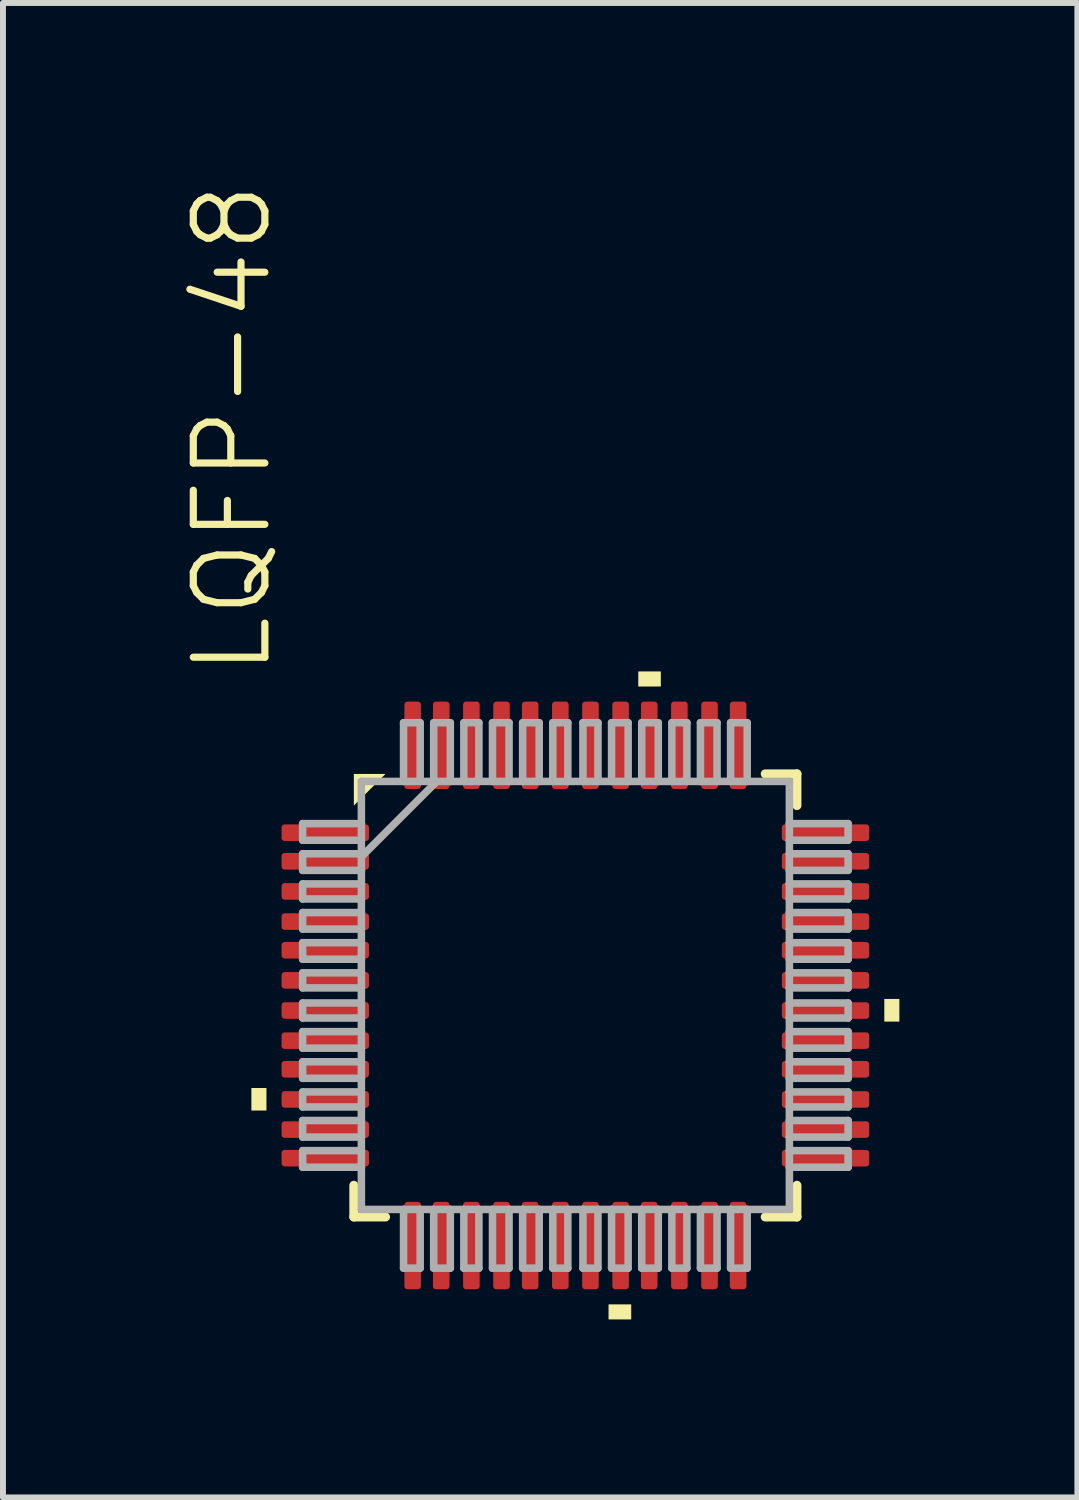
<source format=kicad_pcb>
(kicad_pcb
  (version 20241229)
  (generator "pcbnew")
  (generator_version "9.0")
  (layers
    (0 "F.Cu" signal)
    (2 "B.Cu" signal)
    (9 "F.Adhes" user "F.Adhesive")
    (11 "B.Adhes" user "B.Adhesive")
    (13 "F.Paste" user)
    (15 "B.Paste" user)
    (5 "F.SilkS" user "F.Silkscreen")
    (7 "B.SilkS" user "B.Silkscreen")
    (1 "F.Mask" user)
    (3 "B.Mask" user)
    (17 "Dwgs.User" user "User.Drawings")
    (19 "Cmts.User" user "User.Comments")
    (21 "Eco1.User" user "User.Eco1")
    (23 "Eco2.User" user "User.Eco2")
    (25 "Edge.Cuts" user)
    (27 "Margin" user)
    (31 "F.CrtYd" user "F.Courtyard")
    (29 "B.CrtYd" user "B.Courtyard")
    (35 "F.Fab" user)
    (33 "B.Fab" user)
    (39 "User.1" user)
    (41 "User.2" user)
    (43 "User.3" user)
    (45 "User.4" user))
  (footprint "LQFP-48"
    (layer "F.Cu")
    (at 6.648 13.728)
    (property "Reference" "LQFP-48" (at -5.08 -5.334 90) (layer "F.SilkS") (effects (font (size 1.206 1.206) (thickness 0.121)) (justify left bottom)))
    (attr through_hole)
    (fp_line (start -3.734 3.2) (end -3.734 3.734) (stroke (width 0.152) (type solid)) (layer "F.SilkS"))
    (fp_line (start -3.734 3.734) (end -3.2 3.734) (stroke (width 0.152) (type solid)) (layer "F.SilkS"))
    (fp_line (start 3.2 3.734) (end 3.734 3.734) (stroke (width 0.152) (type solid)) (layer "F.SilkS"))
    (fp_line (start 3.734 -3.734) (end 3.2 -3.734) (stroke (width 0.152) (type solid)) (layer "F.SilkS"))
    (fp_line (start 3.734 -3.2) (end 3.734 -3.734) (stroke (width 0.152) (type solid)) (layer "F.SilkS"))
    (fp_line (start 3.734 3.734) (end 3.734 3.2) (stroke (width 0.152) (type solid)) (layer "F.SilkS"))
    (fp_poly (pts (xy -3.2 -3.734) (xy -3.734 -3.2) (xy -3.734 -3.734)) (stroke (width 0) (type solid)) (fill yes) (layer "F.SilkS"))
    (fp_poly (pts (xy -5.461 1.56) (xy -5.461 1.94) (xy -5.207 1.94) (xy -5.207 1.56)) (stroke (width 0) (type solid)) (fill yes) (layer "F.SilkS"))
    (fp_poly (pts (xy 0.559 5.207) (xy 0.559 5.461) (xy 0.941 5.461) (xy 0.941 5.207)) (stroke (width 0) (type solid)) (fill yes) (layer "F.SilkS"))
    (fp_poly (pts (xy 1.06 -5.207) (xy 1.06 -5.461) (xy 1.44 -5.461) (xy 1.44 -5.207)) (stroke (width 0) (type solid)) (fill yes) (layer "F.SilkS"))
    (fp_poly (pts (xy 5.461 0.059) (xy 5.461 0.441) (xy 5.207 0.441) (xy 5.207 0.059)) (stroke (width 0) (type solid)) (fill yes) (layer "F.SilkS"))
    (fp_line (start -4.597 -2.896) (end -4.597 -2.616) (stroke (width 0.127) (type solid)) (layer "F.Fab"))
    (fp_line (start -4.597 -2.616) (end -3.607 -2.616) (stroke (width 0.127) (type solid)) (layer "F.Fab"))
    (fp_line (start -4.597 -2.388) (end -4.597 -2.108) (stroke (width 0.127) (type solid)) (layer "F.Fab"))
    (fp_line (start -4.597 -2.108) (end -3.607 -2.108) (stroke (width 0.127) (type solid)) (layer "F.Fab"))
    (fp_line (start -4.597 -1.88) (end -4.597 -1.626) (stroke (width 0.127) (type solid)) (layer "F.Fab"))
    (fp_line (start -4.597 -1.626) (end -3.607 -1.626) (stroke (width 0.127) (type solid)) (layer "F.Fab"))
    (fp_line (start -4.597 -1.397) (end -4.597 -1.118) (stroke (width 0.127) (type solid)) (layer "F.Fab"))
    (fp_line (start -4.597 -1.118) (end -3.607 -1.118) (stroke (width 0.127) (type solid)) (layer "F.Fab"))
    (fp_line (start -4.597 -0.889) (end -4.597 -0.61) (stroke (width 0.127) (type solid)) (layer "F.Fab"))
    (fp_line (start -4.597 -0.61) (end -3.607 -0.61) (stroke (width 0.127) (type solid)) (layer "F.Fab"))
    (fp_line (start -4.597 -0.381) (end -4.597 -0.127) (stroke (width 0.127) (type solid)) (layer "F.Fab"))
    (fp_line (start -4.597 -0.127) (end -3.607 -0.127) (stroke (width 0.127) (type solid)) (layer "F.Fab"))
    (fp_line (start -4.597 0.127) (end -4.597 0.381) (stroke (width 0.127) (type solid)) (layer "F.Fab"))
    (fp_line (start -4.597 0.381) (end -3.607 0.381) (stroke (width 0.127) (type solid)) (layer "F.Fab"))
    (fp_line (start -4.597 0.61) (end -4.597 0.889) (stroke (width 0.127) (type solid)) (layer "F.Fab"))
    (fp_line (start -4.597 0.889) (end -3.607 0.889) (stroke (width 0.127) (type solid)) (layer "F.Fab"))
    (fp_line (start -4.597 1.118) (end -4.597 1.397) (stroke (width 0.127) (type solid)) (layer "F.Fab"))
    (fp_line (start -4.597 1.397) (end -3.607 1.397) (stroke (width 0.127) (type solid)) (layer "F.Fab"))
    (fp_line (start -4.597 1.626) (end -4.597 1.88) (stroke (width 0.127) (type solid)) (layer "F.Fab"))
    (fp_line (start -4.597 1.88) (end -3.607 1.88) (stroke (width 0.127) (type solid)) (layer "F.Fab"))
    (fp_line (start -4.597 2.108) (end -4.597 2.388) (stroke (width 0.127) (type solid)) (layer "F.Fab"))
    (fp_line (start -4.597 2.388) (end -3.607 2.388) (stroke (width 0.127) (type solid)) (layer "F.Fab"))
    (fp_line (start -4.597 2.616) (end -4.597 2.896) (stroke (width 0.127) (type solid)) (layer "F.Fab"))
    (fp_line (start -4.597 2.896) (end -3.607 2.896) (stroke (width 0.127) (type solid)) (layer "F.Fab"))
    (fp_line (start -3.607 -3.607) (end -3.607 -2.896) (stroke (width 0.127) (type solid)) (layer "F.Fab"))
    (fp_line (start -3.607 -2.896) (end -4.597 -2.896) (stroke (width 0.127) (type solid)) (layer "F.Fab"))
    (fp_line (start -3.607 -2.616) (end -3.607 -2.896) (stroke (width 0.127) (type solid)) (layer "F.Fab"))
    (fp_line (start -3.607 -2.616) (end -3.607 -2.388) (stroke (width 0.127) (type solid)) (layer "F.Fab"))
    (fp_line (start -3.607 -2.388) (end -4.597 -2.388) (stroke (width 0.127) (type solid)) (layer "F.Fab"))
    (fp_line (start -3.607 -2.337) (end -3.607 -2.388) (stroke (width 0.127) (type solid)) (layer "F.Fab"))
    (fp_line (start -3.607 -2.337) (end -2.337 -3.607) (stroke (width 0.127) (type solid)) (layer "F.Fab"))
    (fp_line (start -3.607 -2.108) (end -3.607 -2.337) (stroke (width 0.127) (type solid)) (layer "F.Fab"))
    (fp_line (start -3.607 -2.108) (end -3.607 -1.88) (stroke (width 0.127) (type solid)) (layer "F.Fab"))
    (fp_line (start -3.607 -1.88) (end -4.597 -1.88) (stroke (width 0.127) (type solid)) (layer "F.Fab"))
    (fp_line (start -3.607 -1.626) (end -3.607 -1.88) (stroke (width 0.127) (type solid)) (layer "F.Fab"))
    (fp_line (start -3.607 -1.626) (end -3.607 -1.397) (stroke (width 0.127) (type solid)) (layer "F.Fab"))
    (fp_line (start -3.607 -1.397) (end -4.597 -1.397) (stroke (width 0.127) (type solid)) (layer "F.Fab"))
    (fp_line (start -3.607 -1.118) (end -3.607 -1.397) (stroke (width 0.127) (type solid)) (layer "F.Fab"))
    (fp_line (start -3.607 -1.118) (end -3.607 -0.889) (stroke (width 0.127) (type solid)) (layer "F.Fab"))
    (fp_line (start -3.607 -0.889) (end -4.597 -0.889) (stroke (width 0.127) (type solid)) (layer "F.Fab"))
    (fp_line (start -3.607 -0.61) (end -3.607 -0.889) (stroke (width 0.127) (type solid)) (layer "F.Fab"))
    (fp_line (start -3.607 -0.61) (end -3.607 -0.381) (stroke (width 0.127) (type solid)) (layer "F.Fab"))
    (fp_line (start -3.607 -0.381) (end -4.597 -0.381) (stroke (width 0.127) (type solid)) (layer "F.Fab"))
    (fp_line (start -3.607 -0.381) (end -3.607 -0.127) (stroke (width 0.127) (type solid)) (layer "F.Fab"))
    (fp_line (start -3.607 -0.127) (end -3.607 0.127) (stroke (width 0.127) (type solid)) (layer "F.Fab"))
    (fp_line (start -3.607 0.127) (end -4.597 0.127) (stroke (width 0.127) (type solid)) (layer "F.Fab"))
    (fp_line (start -3.607 0.381) (end -3.607 0.127) (stroke (width 0.127) (type solid)) (layer "F.Fab"))
    (fp_line (start -3.607 0.381) (end -3.607 0.61) (stroke (width 0.127) (type solid)) (layer "F.Fab"))
    (fp_line (start -3.607 0.61) (end -4.597 0.61) (stroke (width 0.127) (type solid)) (layer "F.Fab"))
    (fp_line (start -3.607 0.889) (end -3.607 0.61) (stroke (width 0.127) (type solid)) (layer "F.Fab"))
    (fp_line (start -3.607 0.889) (end -3.607 1.118) (stroke (width 0.127) (type solid)) (layer "F.Fab"))
    (fp_line (start -3.607 1.118) (end -4.597 1.118) (stroke (width 0.127) (type solid)) (layer "F.Fab"))
    (fp_line (start -3.607 1.397) (end -3.607 1.118) (stroke (width 0.127) (type solid)) (layer "F.Fab"))
    (fp_line (start -3.607 1.397) (end -3.607 1.626) (stroke (width 0.127) (type solid)) (layer "F.Fab"))
    (fp_line (start -3.607 1.626) (end -4.597 1.626) (stroke (width 0.127) (type solid)) (layer "F.Fab"))
    (fp_line (start -3.607 1.88) (end -3.607 1.626) (stroke (width 0.127) (type solid)) (layer "F.Fab"))
    (fp_line (start -3.607 1.88) (end -3.607 2.108) (stroke (width 0.127) (type solid)) (layer "F.Fab"))
    (fp_line (start -3.607 2.108) (end -4.597 2.108) (stroke (width 0.127) (type solid)) (layer "F.Fab"))
    (fp_line (start -3.607 2.388) (end -3.607 2.108) (stroke (width 0.127) (type solid)) (layer "F.Fab"))
    (fp_line (start -3.607 2.388) (end -3.607 2.616) (stroke (width 0.127) (type solid)) (layer "F.Fab"))
    (fp_line (start -3.607 2.616) (end -4.597 2.616) (stroke (width 0.127) (type solid)) (layer "F.Fab"))
    (fp_line (start -3.607 2.896) (end -3.607 2.616) (stroke (width 0.127) (type solid)) (layer "F.Fab"))
    (fp_line (start -3.607 2.896) (end -3.607 3.607) (stroke (width 0.127) (type solid)) (layer "F.Fab"))
    (fp_line (start -3.607 3.607) (end -2.896 3.607) (stroke (width 0.127) (type solid)) (layer "F.Fab"))
    (fp_line (start -2.896 -4.597) (end -2.896 -3.607) (stroke (width 0.127) (type solid)) (layer "F.Fab"))
    (fp_line (start -2.896 -3.607) (end -3.607 -3.607) (stroke (width 0.127) (type solid)) (layer "F.Fab"))
    (fp_line (start -2.896 -3.607) (end -2.616 -3.607) (stroke (width 0.127) (type solid)) (layer "F.Fab"))
    (fp_line (start -2.896 3.607) (end -2.896 4.597) (stroke (width 0.127) (type solid)) (layer "F.Fab"))
    (fp_line (start -2.896 4.597) (end -2.616 4.597) (stroke (width 0.127) (type solid)) (layer "F.Fab"))
    (fp_line (start -2.616 -4.597) (end -2.896 -4.597) (stroke (width 0.127) (type solid)) (layer "F.Fab"))
    (fp_line (start -2.616 -3.607) (end -2.616 -4.597) (stroke (width 0.127) (type solid)) (layer "F.Fab"))
    (fp_line (start -2.616 3.607) (end -2.896 3.607) (stroke (width 0.127) (type solid)) (layer "F.Fab"))
    (fp_line (start -2.616 3.607) (end -2.388 3.607) (stroke (width 0.127) (type solid)) (layer "F.Fab"))
    (fp_line (start -2.616 4.597) (end -2.616 3.607) (stroke (width 0.127) (type solid)) (layer "F.Fab"))
    (fp_line (start -2.388 -4.597) (end -2.388 -3.607) (stroke (width 0.127) (type solid)) (layer "F.Fab"))
    (fp_line (start -2.388 -3.607) (end -2.616 -3.607) (stroke (width 0.127) (type solid)) (layer "F.Fab"))
    (fp_line (start -2.388 -3.607) (end -2.337 -3.607) (stroke (width 0.127) (type solid)) (layer "F.Fab"))
    (fp_line (start -2.388 3.607) (end -2.388 4.597) (stroke (width 0.127) (type solid)) (layer "F.Fab"))
    (fp_line (start -2.388 4.597) (end -2.108 4.597) (stroke (width 0.127) (type solid)) (layer "F.Fab"))
    (fp_line (start -2.337 -3.607) (end -2.108 -3.607) (stroke (width 0.127) (type solid)) (layer "F.Fab"))
    (fp_line (start -2.108 -4.597) (end -2.388 -4.597) (stroke (width 0.127) (type solid)) (layer "F.Fab"))
    (fp_line (start -2.108 -3.607) (end -2.108 -4.597) (stroke (width 0.127) (type solid)) (layer "F.Fab"))
    (fp_line (start -2.108 3.607) (end -2.388 3.607) (stroke (width 0.127) (type solid)) (layer "F.Fab"))
    (fp_line (start -2.108 3.607) (end -1.88 3.607) (stroke (width 0.127) (type solid)) (layer "F.Fab"))
    (fp_line (start -2.108 4.597) (end -2.108 3.607) (stroke (width 0.127) (type solid)) (layer "F.Fab"))
    (fp_line (start -1.88 -4.597) (end -1.88 -3.607) (stroke (width 0.127) (type solid)) (layer "F.Fab"))
    (fp_line (start -1.88 -3.607) (end -2.108 -3.607) (stroke (width 0.127) (type solid)) (layer "F.Fab"))
    (fp_line (start -1.88 -3.607) (end -1.626 -3.607) (stroke (width 0.127) (type solid)) (layer "F.Fab"))
    (fp_line (start -1.88 3.607) (end -1.88 4.597) (stroke (width 0.127) (type solid)) (layer "F.Fab"))
    (fp_line (start -1.88 4.597) (end -1.626 4.597) (stroke (width 0.127) (type solid)) (layer "F.Fab"))
    (fp_line (start -1.626 -4.597) (end -1.88 -4.597) (stroke (width 0.127) (type solid)) (layer "F.Fab"))
    (fp_line (start -1.626 -3.607) (end -1.626 -4.597) (stroke (width 0.127) (type solid)) (layer "F.Fab"))
    (fp_line (start -1.626 3.607) (end -1.88 3.607) (stroke (width 0.127) (type solid)) (layer "F.Fab"))
    (fp_line (start -1.626 3.607) (end -1.397 3.607) (stroke (width 0.127) (type solid)) (layer "F.Fab"))
    (fp_line (start -1.626 4.597) (end -1.626 3.607) (stroke (width 0.127) (type solid)) (layer "F.Fab"))
    (fp_line (start -1.397 -4.597) (end -1.397 -3.607) (stroke (width 0.127) (type solid)) (layer "F.Fab"))
    (fp_line (start -1.397 -3.607) (end -1.626 -3.607) (stroke (width 0.127) (type solid)) (layer "F.Fab"))
    (fp_line (start -1.397 -3.607) (end -1.118 -3.607) (stroke (width 0.127) (type solid)) (layer "F.Fab"))
    (fp_line (start -1.397 3.607) (end -1.397 4.597) (stroke (width 0.127) (type solid)) (layer "F.Fab"))
    (fp_line (start -1.397 4.597) (end -1.118 4.597) (stroke (width 0.127) (type solid)) (layer "F.Fab"))
    (fp_line (start -1.118 -4.597) (end -1.397 -4.597) (stroke (width 0.127) (type solid)) (layer "F.Fab"))
    (fp_line (start -1.118 -3.607) (end -1.118 -4.597) (stroke (width 0.127) (type solid)) (layer "F.Fab"))
    (fp_line (start -1.118 3.607) (end -1.397 3.607) (stroke (width 0.127) (type solid)) (layer "F.Fab"))
    (fp_line (start -1.118 3.607) (end -0.889 3.607) (stroke (width 0.127) (type solid)) (layer "F.Fab"))
    (fp_line (start -1.118 4.597) (end -1.118 3.607) (stroke (width 0.127) (type solid)) (layer "F.Fab"))
    (fp_line (start -0.889 -4.597) (end -0.889 -3.607) (stroke (width 0.127) (type solid)) (layer "F.Fab"))
    (fp_line (start -0.889 -3.607) (end -1.118 -3.607) (stroke (width 0.127) (type solid)) (layer "F.Fab"))
    (fp_line (start -0.889 -3.607) (end -0.61 -3.607) (stroke (width 0.127) (type solid)) (layer "F.Fab"))
    (fp_line (start -0.889 3.607) (end -0.889 4.597) (stroke (width 0.127) (type solid)) (layer "F.Fab"))
    (fp_line (start -0.889 4.597) (end -0.61 4.597) (stroke (width 0.127) (type solid)) (layer "F.Fab"))
    (fp_line (start -0.61 -4.597) (end -0.889 -4.597) (stroke (width 0.127) (type solid)) (layer "F.Fab"))
    (fp_line (start -0.61 -3.607) (end -0.61 -4.597) (stroke (width 0.127) (type solid)) (layer "F.Fab"))
    (fp_line (start -0.61 3.607) (end -0.889 3.607) (stroke (width 0.127) (type solid)) (layer "F.Fab"))
    (fp_line (start -0.61 3.607) (end -0.381 3.607) (stroke (width 0.127) (type solid)) (layer "F.Fab"))
    (fp_line (start -0.61 4.597) (end -0.61 3.607) (stroke (width 0.127) (type solid)) (layer "F.Fab"))
    (fp_line (start -0.381 -4.597) (end -0.381 -3.607) (stroke (width 0.127) (type solid)) (layer "F.Fab"))
    (fp_line (start -0.381 -3.607) (end -0.61 -3.607) (stroke (width 0.127) (type solid)) (layer "F.Fab"))
    (fp_line (start -0.381 -3.607) (end -0.127 -3.607) (stroke (width 0.127) (type solid)) (layer "F.Fab"))
    (fp_line (start -0.381 3.607) (end -0.381 4.597) (stroke (width 0.127) (type solid)) (layer "F.Fab"))
    (fp_line (start -0.381 4.597) (end -0.127 4.597) (stroke (width 0.127) (type solid)) (layer "F.Fab"))
    (fp_line (start -0.127 -4.597) (end -0.381 -4.597) (stroke (width 0.127) (type solid)) (layer "F.Fab"))
    (fp_line (start -0.127 -3.607) (end -0.127 -4.597) (stroke (width 0.127) (type solid)) (layer "F.Fab"))
    (fp_line (start -0.127 3.607) (end -0.381 3.607) (stroke (width 0.127) (type solid)) (layer "F.Fab"))
    (fp_line (start -0.127 3.607) (end 0.127 3.607) (stroke (width 0.127) (type solid)) (layer "F.Fab"))
    (fp_line (start -0.127 4.597) (end -0.127 3.607) (stroke (width 0.127) (type solid)) (layer "F.Fab"))
    (fp_line (start 0.127 -4.597) (end 0.127 -3.607) (stroke (width 0.127) (type solid)) (layer "F.Fab"))
    (fp_line (start 0.127 -3.607) (end -0.127 -3.607) (stroke (width 0.127) (type solid)) (layer "F.Fab"))
    (fp_line (start 0.127 -3.607) (end 0.381 -3.607) (stroke (width 0.127) (type solid)) (layer "F.Fab"))
    (fp_line (start 0.127 3.607) (end 0.127 4.597) (stroke (width 0.127) (type solid)) (layer "F.Fab"))
    (fp_line (start 0.127 4.597) (end 0.381 4.597) (stroke (width 0.127) (type solid)) (layer "F.Fab"))
    (fp_line (start 0.381 -4.597) (end 0.127 -4.597) (stroke (width 0.127) (type solid)) (layer "F.Fab"))
    (fp_line (start 0.381 -3.607) (end 0.381 -4.597) (stroke (width 0.127) (type solid)) (layer "F.Fab"))
    (fp_line (start 0.381 3.607) (end 0.127 3.607) (stroke (width 0.127) (type solid)) (layer "F.Fab"))
    (fp_line (start 0.381 3.607) (end 0.61 3.607) (stroke (width 0.127) (type solid)) (layer "F.Fab"))
    (fp_line (start 0.381 4.597) (end 0.381 3.607) (stroke (width 0.127) (type solid)) (layer "F.Fab"))
    (fp_line (start 0.61 -4.597) (end 0.61 -3.607) (stroke (width 0.127) (type solid)) (layer "F.Fab"))
    (fp_line (start 0.61 -3.607) (end 0.381 -3.607) (stroke (width 0.127) (type solid)) (layer "F.Fab"))
    (fp_line (start 0.61 -3.607) (end 0.889 -3.607) (stroke (width 0.127) (type solid)) (layer "F.Fab"))
    (fp_line (start 0.61 3.607) (end 0.61 4.597) (stroke (width 0.127) (type solid)) (layer "F.Fab"))
    (fp_line (start 0.61 4.597) (end 0.889 4.597) (stroke (width 0.127) (type solid)) (layer "F.Fab"))
    (fp_line (start 0.889 -4.597) (end 0.61 -4.597) (stroke (width 0.127) (type solid)) (layer "F.Fab"))
    (fp_line (start 0.889 -3.607) (end 0.889 -4.597) (stroke (width 0.127) (type solid)) (layer "F.Fab"))
    (fp_line (start 0.889 3.607) (end 0.61 3.607) (stroke (width 0.127) (type solid)) (layer "F.Fab"))
    (fp_line (start 0.889 3.607) (end 1.118 3.607) (stroke (width 0.127) (type solid)) (layer "F.Fab"))
    (fp_line (start 0.889 4.597) (end 0.889 3.607) (stroke (width 0.127) (type solid)) (layer "F.Fab"))
    (fp_line (start 1.118 -4.597) (end 1.118 -3.607) (stroke (width 0.127) (type solid)) (layer "F.Fab"))
    (fp_line (start 1.118 -3.607) (end 0.889 -3.607) (stroke (width 0.127) (type solid)) (layer "F.Fab"))
    (fp_line (start 1.118 -3.607) (end 1.397 -3.607) (stroke (width 0.127) (type solid)) (layer "F.Fab"))
    (fp_line (start 1.118 3.607) (end 1.118 4.597) (stroke (width 0.127) (type solid)) (layer "F.Fab"))
    (fp_line (start 1.118 4.597) (end 1.397 4.597) (stroke (width 0.127) (type solid)) (layer "F.Fab"))
    (fp_line (start 1.397 -4.597) (end 1.118 -4.597) (stroke (width 0.127) (type solid)) (layer "F.Fab"))
    (fp_line (start 1.397 -3.607) (end 1.397 -4.597) (stroke (width 0.127) (type solid)) (layer "F.Fab"))
    (fp_line (start 1.397 3.607) (end 1.118 3.607) (stroke (width 0.127) (type solid)) (layer "F.Fab"))
    (fp_line (start 1.397 3.607) (end 1.626 3.607) (stroke (width 0.127) (type solid)) (layer "F.Fab"))
    (fp_line (start 1.397 4.597) (end 1.397 3.607) (stroke (width 0.127) (type solid)) (layer "F.Fab"))
    (fp_line (start 1.626 -4.597) (end 1.626 -3.607) (stroke (width 0.127) (type solid)) (layer "F.Fab"))
    (fp_line (start 1.626 -3.607) (end 1.397 -3.607) (stroke (width 0.127) (type solid)) (layer "F.Fab"))
    (fp_line (start 1.626 -3.607) (end 1.88 -3.607) (stroke (width 0.127) (type solid)) (layer "F.Fab"))
    (fp_line (start 1.626 3.607) (end 1.626 4.597) (stroke (width 0.127) (type solid)) (layer "F.Fab"))
    (fp_line (start 1.626 4.597) (end 1.88 4.597) (stroke (width 0.127) (type solid)) (layer "F.Fab"))
    (fp_line (start 1.88 -4.597) (end 1.626 -4.597) (stroke (width 0.127) (type solid)) (layer "F.Fab"))
    (fp_line (start 1.88 -3.607) (end 1.88 -4.597) (stroke (width 0.127) (type solid)) (layer "F.Fab"))
    (fp_line (start 1.88 3.607) (end 1.626 3.607) (stroke (width 0.127) (type solid)) (layer "F.Fab"))
    (fp_line (start 1.88 3.607) (end 2.108 3.607) (stroke (width 0.127) (type solid)) (layer "F.Fab"))
    (fp_line (start 1.88 4.597) (end 1.88 3.607) (stroke (width 0.127) (type solid)) (layer "F.Fab"))
    (fp_line (start 2.108 -4.597) (end 2.108 -3.607) (stroke (width 0.127) (type solid)) (layer "F.Fab"))
    (fp_line (start 2.108 -3.607) (end 1.88 -3.607) (stroke (width 0.127) (type solid)) (layer "F.Fab"))
    (fp_line (start 2.108 -3.607) (end 2.388 -3.607) (stroke (width 0.127) (type solid)) (layer "F.Fab"))
    (fp_line (start 2.108 3.607) (end 2.108 4.597) (stroke (width 0.127) (type solid)) (layer "F.Fab"))
    (fp_line (start 2.108 4.597) (end 2.388 4.597) (stroke (width 0.127) (type solid)) (layer "F.Fab"))
    (fp_line (start 2.388 -4.597) (end 2.108 -4.597) (stroke (width 0.127) (type solid)) (layer "F.Fab"))
    (fp_line (start 2.388 -3.607) (end 2.388 -4.597) (stroke (width 0.127) (type solid)) (layer "F.Fab"))
    (fp_line (start 2.388 3.607) (end 2.108 3.607) (stroke (width 0.127) (type solid)) (layer "F.Fab"))
    (fp_line (start 2.388 3.607) (end 2.616 3.607) (stroke (width 0.127) (type solid)) (layer "F.Fab"))
    (fp_line (start 2.388 4.597) (end 2.388 3.607) (stroke (width 0.127) (type solid)) (layer "F.Fab"))
    (fp_line (start 2.616 -4.597) (end 2.616 -3.607) (stroke (width 0.127) (type solid)) (layer "F.Fab"))
    (fp_line (start 2.616 -3.607) (end 2.388 -3.607) (stroke (width 0.127) (type solid)) (layer "F.Fab"))
    (fp_line (start 2.616 -3.607) (end 2.896 -3.607) (stroke (width 0.127) (type solid)) (layer "F.Fab"))
    (fp_line (start 2.616 3.607) (end 2.616 4.597) (stroke (width 0.127) (type solid)) (layer "F.Fab"))
    (fp_line (start 2.616 4.597) (end 2.896 4.597) (stroke (width 0.127) (type solid)) (layer "F.Fab"))
    (fp_line (start 2.896 -4.597) (end 2.616 -4.597) (stroke (width 0.127) (type solid)) (layer "F.Fab"))
    (fp_line (start 2.896 -3.607) (end 2.896 -4.597) (stroke (width 0.127) (type solid)) (layer "F.Fab"))
    (fp_line (start 2.896 3.607) (end 2.616 3.607) (stroke (width 0.127) (type solid)) (layer "F.Fab"))
    (fp_line (start 2.896 3.607) (end 3.607 3.607) (stroke (width 0.127) (type solid)) (layer "F.Fab"))
    (fp_line (start 2.896 4.597) (end 2.896 3.607) (stroke (width 0.127) (type solid)) (layer "F.Fab"))
    (fp_line (start 3.607 -3.607) (end 2.896 -3.607) (stroke (width 0.127) (type solid)) (layer "F.Fab"))
    (fp_line (start 3.607 -2.896) (end 3.607 -3.607) (stroke (width 0.127) (type solid)) (layer "F.Fab"))
    (fp_line (start 3.607 -2.896) (end 3.607 -2.616) (stroke (width 0.127) (type solid)) (layer "F.Fab"))
    (fp_line (start 3.607 -2.616) (end 4.597 -2.616) (stroke (width 0.127) (type solid)) (layer "F.Fab"))
    (fp_line (start 3.607 -2.388) (end 3.607 -2.616) (stroke (width 0.127) (type solid)) (layer "F.Fab"))
    (fp_line (start 3.607 -2.388) (end 3.607 -2.108) (stroke (width 0.127) (type solid)) (layer "F.Fab"))
    (fp_line (start 3.607 -2.108) (end 4.597 -2.108) (stroke (width 0.127) (type solid)) (layer "F.Fab"))
    (fp_line (start 3.607 -1.88) (end 3.607 -2.108) (stroke (width 0.127) (type solid)) (layer "F.Fab"))
    (fp_line (start 3.607 -1.88) (end 3.607 -1.626) (stroke (width 0.127) (type solid)) (layer "F.Fab"))
    (fp_line (start 3.607 -1.626) (end 4.597 -1.626) (stroke (width 0.127) (type solid)) (layer "F.Fab"))
    (fp_line (start 3.607 -1.397) (end 3.607 -1.626) (stroke (width 0.127) (type solid)) (layer "F.Fab"))
    (fp_line (start 3.607 -1.397) (end 3.607 -1.118) (stroke (width 0.127) (type solid)) (layer "F.Fab"))
    (fp_line (start 3.607 -1.118) (end 4.597 -1.118) (stroke (width 0.127) (type solid)) (layer "F.Fab"))
    (fp_line (start 3.607 -0.889) (end 3.607 -1.118) (stroke (width 0.127) (type solid)) (layer "F.Fab"))
    (fp_line (start 3.607 -0.889) (end 3.607 -0.61) (stroke (width 0.127) (type solid)) (layer "F.Fab"))
    (fp_line (start 3.607 -0.61) (end 4.597 -0.61) (stroke (width 0.127) (type solid)) (layer "F.Fab"))
    (fp_line (start 3.607 -0.381) (end 3.607 -0.61) (stroke (width 0.127) (type solid)) (layer "F.Fab"))
    (fp_line (start 3.607 -0.381) (end 3.607 -0.127) (stroke (width 0.127) (type solid)) (layer "F.Fab"))
    (fp_line (start 3.607 -0.127) (end 4.597 -0.127) (stroke (width 0.127) (type solid)) (layer "F.Fab"))
    (fp_line (start 3.607 0.127) (end 3.607 -0.127) (stroke (width 0.127) (type solid)) (layer "F.Fab"))
    (fp_line (start 3.607 0.127) (end 3.607 0.381) (stroke (width 0.127) (type solid)) (layer "F.Fab"))
    (fp_line (start 3.607 0.381) (end 4.597 0.381) (stroke (width 0.127) (type solid)) (layer "F.Fab"))
    (fp_line (start 3.607 0.61) (end 3.607 0.381) (stroke (width 0.127) (type solid)) (layer "F.Fab"))
    (fp_line (start 3.607 0.61) (end 3.607 0.889) (stroke (width 0.127) (type solid)) (layer "F.Fab"))
    (fp_line (start 3.607 0.889) (end 4.597 0.889) (stroke (width 0.127) (type solid)) (layer "F.Fab"))
    (fp_line (start 3.607 1.118) (end 3.607 0.889) (stroke (width 0.127) (type solid)) (layer "F.Fab"))
    (fp_line (start 3.607 1.118) (end 3.607 1.397) (stroke (width 0.127) (type solid)) (layer "F.Fab"))
    (fp_line (start 3.607 1.397) (end 4.597 1.397) (stroke (width 0.127) (type solid)) (layer "F.Fab"))
    (fp_line (start 3.607 1.626) (end 3.607 1.397) (stroke (width 0.127) (type solid)) (layer "F.Fab"))
    (fp_line (start 3.607 1.626) (end 3.607 1.88) (stroke (width 0.127) (type solid)) (layer "F.Fab"))
    (fp_line (start 3.607 1.88) (end 4.597 1.88) (stroke (width 0.127) (type solid)) (layer "F.Fab"))
    (fp_line (start 3.607 2.108) (end 3.607 1.88) (stroke (width 0.127) (type solid)) (layer "F.Fab"))
    (fp_line (start 3.607 2.108) (end 3.607 2.388) (stroke (width 0.127) (type solid)) (layer "F.Fab"))
    (fp_line (start 3.607 2.388) (end 4.597 2.388) (stroke (width 0.127) (type solid)) (layer "F.Fab"))
    (fp_line (start 3.607 2.616) (end 3.607 2.388) (stroke (width 0.127) (type solid)) (layer "F.Fab"))
    (fp_line (start 3.607 2.616) (end 3.607 2.896) (stroke (width 0.127) (type solid)) (layer "F.Fab"))
    (fp_line (start 3.607 2.896) (end 4.597 2.896) (stroke (width 0.127) (type solid)) (layer "F.Fab"))
    (fp_line (start 3.607 3.607) (end 3.607 2.896) (stroke (width 0.127) (type solid)) (layer "F.Fab"))
    (fp_line (start 4.597 -2.896) (end 3.607 -2.896) (stroke (width 0.127) (type solid)) (layer "F.Fab"))
    (fp_line (start 4.597 -2.616) (end 4.597 -2.896) (stroke (width 0.127) (type solid)) (layer "F.Fab"))
    (fp_line (start 4.597 -2.388) (end 3.607 -2.388) (stroke (width 0.127) (type solid)) (layer "F.Fab"))
    (fp_line (start 4.597 -2.108) (end 4.597 -2.388) (stroke (width 0.127) (type solid)) (layer "F.Fab"))
    (fp_line (start 4.597 -1.88) (end 3.607 -1.88) (stroke (width 0.127) (type solid)) (layer "F.Fab"))
    (fp_line (start 4.597 -1.626) (end 4.597 -1.88) (stroke (width 0.127) (type solid)) (layer "F.Fab"))
    (fp_line (start 4.597 -1.397) (end 3.607 -1.397) (stroke (width 0.127) (type solid)) (layer "F.Fab"))
    (fp_line (start 4.597 -1.118) (end 4.597 -1.397) (stroke (width 0.127) (type solid)) (layer "F.Fab"))
    (fp_line (start 4.597 -0.889) (end 3.607 -0.889) (stroke (width 0.127) (type solid)) (layer "F.Fab"))
    (fp_line (start 4.597 -0.61) (end 4.597 -0.889) (stroke (width 0.127) (type solid)) (layer "F.Fab"))
    (fp_line (start 4.597 -0.381) (end 3.607 -0.381) (stroke (width 0.127) (type solid)) (layer "F.Fab"))
    (fp_line (start 4.597 -0.127) (end 4.597 -0.381) (stroke (width 0.127) (type solid)) (layer "F.Fab"))
    (fp_line (start 4.597 0.127) (end 3.607 0.127) (stroke (width 0.127) (type solid)) (layer "F.Fab"))
    (fp_line (start 4.597 0.381) (end 4.597 0.127) (stroke (width 0.127) (type solid)) (layer "F.Fab"))
    (fp_line (start 4.597 0.61) (end 3.607 0.61) (stroke (width 0.127) (type solid)) (layer "F.Fab"))
    (fp_line (start 4.597 0.889) (end 4.597 0.61) (stroke (width 0.127) (type solid)) (layer "F.Fab"))
    (fp_line (start 4.597 1.118) (end 3.607 1.118) (stroke (width 0.127) (type solid)) (layer "F.Fab"))
    (fp_line (start 4.597 1.397) (end 4.597 1.118) (stroke (width 0.127) (type solid)) (layer "F.Fab"))
    (fp_line (start 4.597 1.626) (end 3.607 1.626) (stroke (width 0.127) (type solid)) (layer "F.Fab"))
    (fp_line (start 4.597 1.88) (end 4.597 1.626) (stroke (width 0.127) (type solid)) (layer "F.Fab"))
    (fp_line (start 4.597 2.108) (end 3.607 2.108) (stroke (width 0.127) (type solid)) (layer "F.Fab"))
    (fp_line (start 4.597 2.388) (end 4.597 2.108) (stroke (width 0.127) (type solid)) (layer "F.Fab"))
    (fp_line (start 4.597 2.616) (end 3.607 2.616) (stroke (width 0.127) (type solid)) (layer "F.Fab"))
    (fp_line (start 4.597 2.896) (end 4.597 2.616) (stroke (width 0.127) (type solid)) (layer "F.Fab"))
    (pad "1" smd roundrect (at -4.216 -2.743 270) (size 0.279 1.473) (layers "F.Cu" "F.Mask" "F.Paste") (roundrect_rratio 0.182))
    (pad "2" smd roundrect (at -4.216 -2.261 270) (size 0.279 1.473) (layers "F.Cu" "F.Mask" "F.Paste") (roundrect_rratio 0.182))
    (pad "3" smd roundrect (at -4.216 -1.753 270) (size 0.279 1.473) (layers "F.Cu" "F.Mask" "F.Paste") (roundrect_rratio 0.182))
    (pad "4" smd roundrect (at -4.216 -1.245 270) (size 0.279 1.473) (layers "F.Cu" "F.Mask" "F.Paste") (roundrect_rratio 0.182))
    (pad "5" smd roundrect (at -4.216 -0.762 270) (size 0.279 1.473) (layers "F.Cu" "F.Mask" "F.Paste") (roundrect_rratio 0.182))
    (pad "6" smd roundrect (at -4.216 -0.254 270) (size 0.279 1.473) (layers "F.Cu" "F.Mask" "F.Paste") (roundrect_rratio 0.182))
    (pad "7" smd roundrect (at -4.216 0.254 270) (size 0.279 1.473) (layers "F.Cu" "F.Mask" "F.Paste") (roundrect_rratio 0.182))
    (pad "8" smd roundrect (at -4.216 0.762 270) (size 0.279 1.473) (layers "F.Cu" "F.Mask" "F.Paste") (roundrect_rratio 0.182))
    (pad "9" smd roundrect (at -4.216 1.245 270) (size 0.279 1.473) (layers "F.Cu" "F.Mask" "F.Paste") (roundrect_rratio 0.182))
    (pad "10" smd roundrect (at -4.216 1.753 270) (size 0.279 1.473) (layers "F.Cu" "F.Mask" "F.Paste") (roundrect_rratio 0.182))
    (pad "11" smd roundrect (at -4.216 2.261 270) (size 0.279 1.473) (layers "F.Cu" "F.Mask" "F.Paste") (roundrect_rratio 0.182))
    (pad "12" smd roundrect (at -4.216 2.743 270) (size 0.279 1.473) (layers "F.Cu" "F.Mask" "F.Paste") (roundrect_rratio 0.182))
    (pad "13" smd roundrect (at -2.743 4.216 180) (size 0.279 1.473) (layers "F.Cu" "F.Mask" "F.Paste") (roundrect_rratio 0.182))
    (pad "14" smd roundrect (at -2.261 4.216 180) (size 0.279 1.473) (layers "F.Cu" "F.Mask" "F.Paste") (roundrect_rratio 0.182))
    (pad "15" smd roundrect (at -1.753 4.216 180) (size 0.279 1.473) (layers "F.Cu" "F.Mask" "F.Paste") (roundrect_rratio 0.182))
    (pad "16" smd roundrect (at -1.245 4.216 180) (size 0.279 1.473) (layers "F.Cu" "F.Mask" "F.Paste") (roundrect_rratio 0.182))
    (pad "17" smd roundrect (at -0.762 4.216 180) (size 0.279 1.473) (layers "F.Cu" "F.Mask" "F.Paste") (roundrect_rratio 0.182))
    (pad "18" smd roundrect (at -0.254 4.216 180) (size 0.279 1.473) (layers "F.Cu" "F.Mask" "F.Paste") (roundrect_rratio 0.182))
    (pad "19" smd roundrect (at 0.254 4.216 180) (size 0.279 1.473) (layers "F.Cu" "F.Mask" "F.Paste") (roundrect_rratio 0.182))
    (pad "20" smd roundrect (at 0.762 4.216 180) (size 0.279 1.473) (layers "F.Cu" "F.Mask" "F.Paste") (roundrect_rratio 0.182))
    (pad "21" smd roundrect (at 1.245 4.216 180) (size 0.279 1.473) (layers "F.Cu" "F.Mask" "F.Paste") (roundrect_rratio 0.182))
    (pad "22" smd roundrect (at 1.753 4.216 180) (size 0.279 1.473) (layers "F.Cu" "F.Mask" "F.Paste") (roundrect_rratio 0.182))
    (pad "23" smd roundrect (at 2.261 4.216 180) (size 0.279 1.473) (layers "F.Cu" "F.Mask" "F.Paste") (roundrect_rratio 0.182))
    (pad "24" smd roundrect (at 2.743 4.216 180) (size 0.279 1.473) (layers "F.Cu" "F.Mask" "F.Paste") (roundrect_rratio 0.182))
    (pad "25" smd roundrect (at 4.216 2.743 270) (size 0.279 1.473) (layers "F.Cu" "F.Mask" "F.Paste") (roundrect_rratio 0.182))
    (pad "26" smd roundrect (at 4.216 2.261 270) (size 0.279 1.473) (layers "F.Cu" "F.Mask" "F.Paste") (roundrect_rratio 0.182))
    (pad "27" smd roundrect (at 4.216 1.753 270) (size 0.279 1.473) (layers "F.Cu" "F.Mask" "F.Paste") (roundrect_rratio 0.182))
    (pad "28" smd roundrect (at 4.216 1.245 270) (size 0.279 1.473) (layers "F.Cu" "F.Mask" "F.Paste") (roundrect_rratio 0.182))
    (pad "29" smd roundrect (at 4.216 0.762 270) (size 0.279 1.473) (layers "F.Cu" "F.Mask" "F.Paste") (roundrect_rratio 0.182))
    (pad "30" smd roundrect (at 4.216 0.254 270) (size 0.279 1.473) (layers "F.Cu" "F.Mask" "F.Paste") (roundrect_rratio 0.182))
    (pad "31" smd roundrect (at 4.216 -0.254 270) (size 0.279 1.473) (layers "F.Cu" "F.Mask" "F.Paste") (roundrect_rratio 0.182))
    (pad "32" smd roundrect (at 4.216 -0.762 270) (size 0.279 1.473) (layers "F.Cu" "F.Mask" "F.Paste") (roundrect_rratio 0.182))
    (pad "33" smd roundrect (at 4.216 -1.245 270) (size 0.279 1.473) (layers "F.Cu" "F.Mask" "F.Paste") (roundrect_rratio 0.182))
    (pad "34" smd roundrect (at 4.216 -1.753 270) (size 0.279 1.473) (layers "F.Cu" "F.Mask" "F.Paste") (roundrect_rratio 0.182))
    (pad "35" smd roundrect (at 4.216 -2.261 270) (size 0.279 1.473) (layers "F.Cu" "F.Mask" "F.Paste") (roundrect_rratio 0.182))
    (pad "36" smd roundrect (at 4.216 -2.743 270) (size 0.279 1.473) (layers "F.Cu" "F.Mask" "F.Paste") (roundrect_rratio 0.182))
    (pad "37" smd roundrect (at 2.743 -4.216 180) (size 0.279 1.473) (layers "F.Cu" "F.Mask" "F.Paste") (roundrect_rratio 0.182))
    (pad "38" smd roundrect (at 2.261 -4.216 180) (size 0.279 1.473) (layers "F.Cu" "F.Mask" "F.Paste") (roundrect_rratio 0.182))
    (pad "39" smd roundrect (at 1.753 -4.216 180) (size 0.279 1.473) (layers "F.Cu" "F.Mask" "F.Paste") (roundrect_rratio 0.182))
    (pad "40" smd roundrect (at 1.245 -4.216 180) (size 0.279 1.473) (layers "F.Cu" "F.Mask" "F.Paste") (roundrect_rratio 0.182))
    (pad "41" smd roundrect (at 0.762 -4.216 180) (size 0.279 1.473) (layers "F.Cu" "F.Mask" "F.Paste") (roundrect_rratio 0.182))
    (pad "42" smd roundrect (at 0.254 -4.216 180) (size 0.279 1.473) (layers "F.Cu" "F.Mask" "F.Paste") (roundrect_rratio 0.182))
    (pad "43" smd roundrect (at -0.254 -4.216 180) (size 0.279 1.473) (layers "F.Cu" "F.Mask" "F.Paste") (roundrect_rratio 0.182))
    (pad "44" smd roundrect (at -0.762 -4.216 180) (size 0.279 1.473) (layers "F.Cu" "F.Mask" "F.Paste") (roundrect_rratio 0.182))
    (pad "45" smd roundrect (at -1.245 -4.216 180) (size 0.279 1.473) (layers "F.Cu" "F.Mask" "F.Paste") (roundrect_rratio 0.182))
    (pad "46" smd roundrect (at -1.753 -4.216 180) (size 0.279 1.473) (layers "F.Cu" "F.Mask" "F.Paste") (roundrect_rratio 0.182))
    (pad "47" smd roundrect (at -2.261 -4.216 180) (size 0.279 1.473) (layers "F.Cu" "F.Mask" "F.Paste") (roundrect_rratio 0.182))
    (pad "48" smd roundrect (at -2.743 -4.216 180) (size 0.279 1.473) (layers "F.Cu" "F.Mask" "F.Paste") (roundrect_rratio 0.182)))
  (gr_rect
    (start -3 -3)
    (end 15.109 22.189)
    (stroke (width 0.1) (type default))
    (fill no)
    (layer "Edge.Cuts")))
</source>
